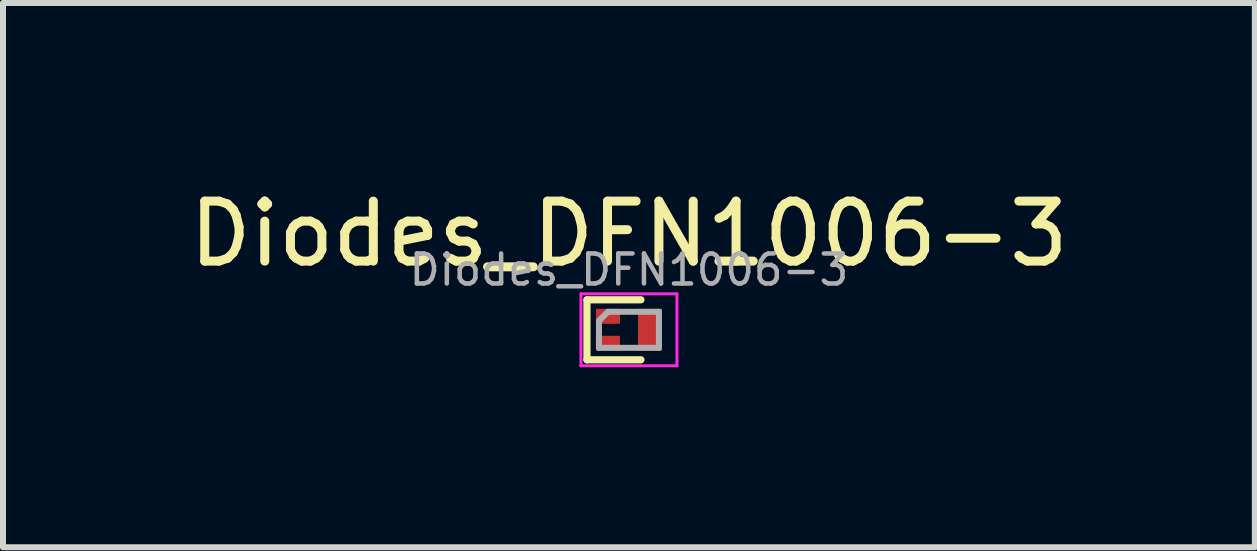
<source format=kicad_pcb>
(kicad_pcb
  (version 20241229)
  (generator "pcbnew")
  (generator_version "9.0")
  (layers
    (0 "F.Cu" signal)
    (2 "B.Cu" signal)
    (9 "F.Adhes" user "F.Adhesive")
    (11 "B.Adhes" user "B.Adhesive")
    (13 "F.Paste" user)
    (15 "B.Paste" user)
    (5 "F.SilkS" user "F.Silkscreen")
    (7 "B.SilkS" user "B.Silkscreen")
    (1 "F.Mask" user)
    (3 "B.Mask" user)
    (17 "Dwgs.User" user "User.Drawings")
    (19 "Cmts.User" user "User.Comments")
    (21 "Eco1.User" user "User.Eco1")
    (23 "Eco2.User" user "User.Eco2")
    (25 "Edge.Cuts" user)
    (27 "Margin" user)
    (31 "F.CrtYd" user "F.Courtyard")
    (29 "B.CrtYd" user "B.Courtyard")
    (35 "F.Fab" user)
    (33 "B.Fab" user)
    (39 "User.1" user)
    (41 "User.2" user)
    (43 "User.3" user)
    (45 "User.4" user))
  (footprint "Diodes_DFN1006-3"
    (layer "F.Cu")
    (at 7.435 2.448)
    (property "Reference" "Diodes_DFN1006-3" (at 0 -1.6 0) (layer "F.SilkS") (effects (font (size 1 1) (thickness 0.15))))
    (attr smd)
    (fp_line (start -0.7 -0.5) (end -0.7 0.5) (stroke (width 0.12) (type default)) (layer "F.SilkS"))
    (fp_line (start -0.7 -0.5) (end 0.2 -0.5) (stroke (width 0.12) (type default)) (layer "F.SilkS"))
    (fp_line (start -0.7 0.5) (end 0.2 0.5) (stroke (width 0.12) (type default)) (layer "F.SilkS"))
    (fp_line (start -0.8 -0.6) (end 0.8 -0.6) (stroke (width 0.05) (type solid)) (layer "F.CrtYd"))
    (fp_line (start -0.8 0.6) (end -0.8 -0.6) (stroke (width 0.05) (type solid)) (layer "F.CrtYd"))
    (fp_line (start 0.8 -0.6) (end 0.8 0.6) (stroke (width 0.05) (type solid)) (layer "F.CrtYd"))
    (fp_line (start 0.8 0.6) (end -0.8 0.6) (stroke (width 0.05) (type solid)) (layer "F.CrtYd"))
    (fp_line (start -0.5 0.3) (end -0.5 -0.15) (stroke (width 0.1) (type solid)) (layer "F.Fab"))
    (fp_line (start -0.35 -0.3) (end -0.5 -0.15) (stroke (width 0.1) (type solid)) (layer "F.Fab"))
    (fp_line (start -0.35 -0.3) (end 0.5 -0.3) (stroke (width 0.1) (type solid)) (layer "F.Fab"))
    (fp_line (start 0.5 -0.3) (end 0.5 0.3) (stroke (width 0.1) (type solid)) (layer "F.Fab"))
    (fp_line (start 0.5 0.3) (end -0.5 0.3) (stroke (width 0.1) (type solid)) (layer "F.Fab"))
    (fp_text user "${REFERENCE}" (at 0 -1 0) (layer "F.Fab") (effects (font (size 0.5 0.5) (thickness 0.075))))
    (pad "1" smd rect (at -0.35 -0.225 270) (size 0.25 0.4) (layers "F.Cu" "F.Mask" "F.Paste"))
    (pad "2" smd rect (at -0.35 0.225 270) (size 0.25 0.4) (layers "F.Cu" "F.Mask" "F.Paste"))
    (pad "3" smd rect (at 0.35 0 270) (size 0.7 0.4) (layers "F.Cu" "F.Mask" "F.Paste")))
  (gr_rect
    (start -3 -3)
    (end 17.869 6.073)
    (stroke (width 0.1) (type default))
    (fill no)
    (layer "Edge.Cuts")))
</source>
